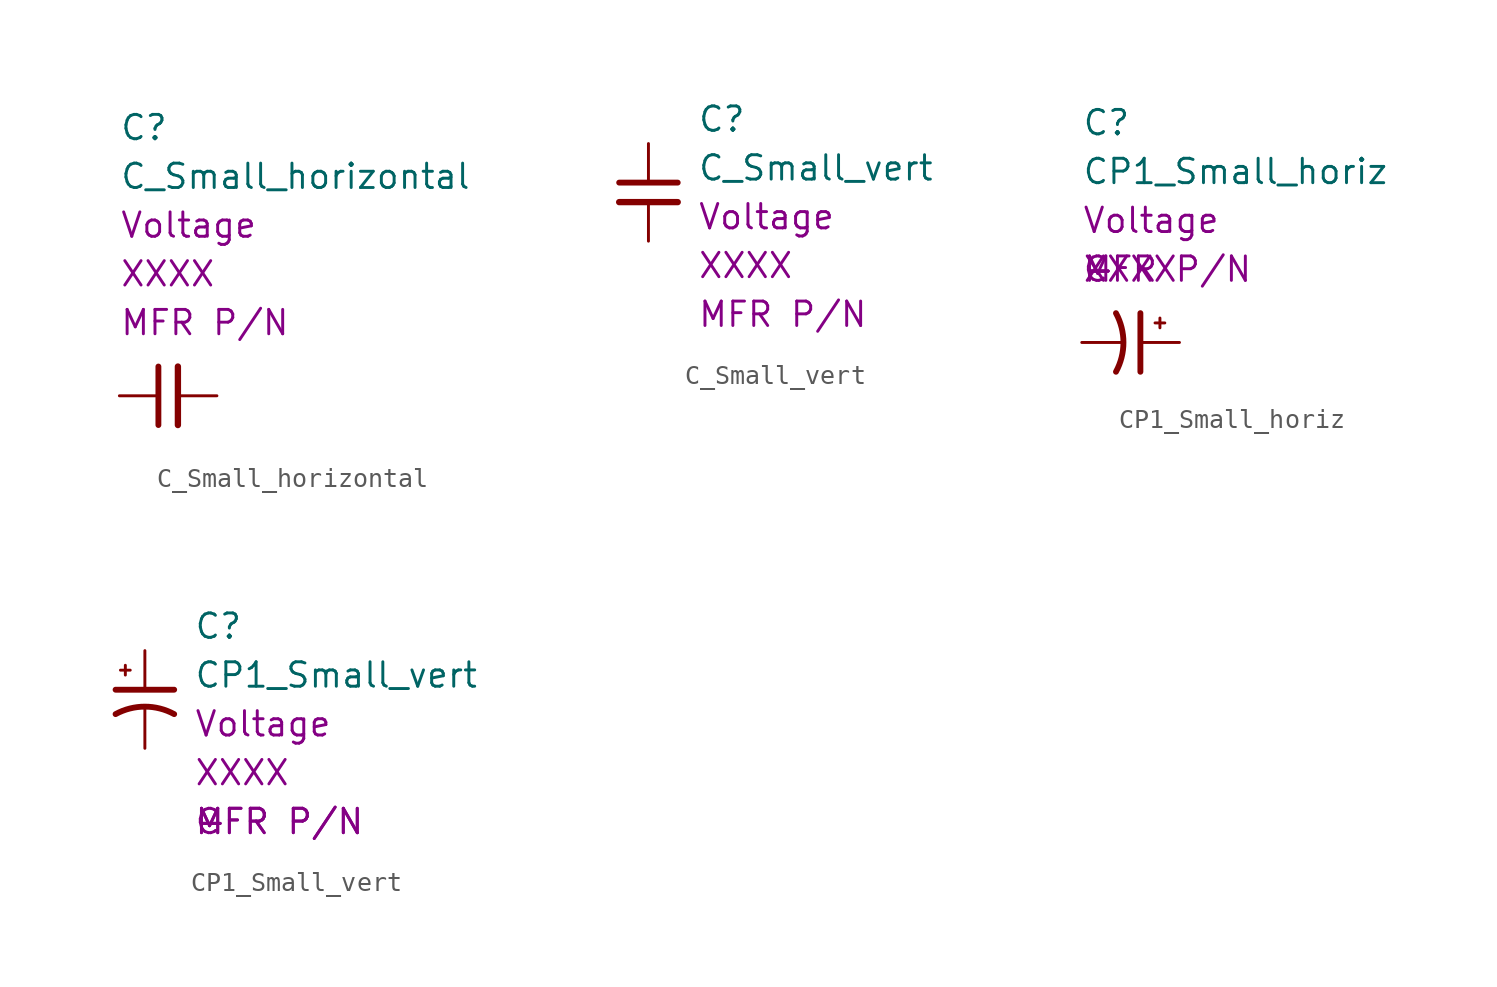
<source format=kicad_sym>
(kicad_symbol_lib
  (version 20211014)
  (generator kicad_symbol_editor)
  (symbol "C_Small_horizontal"
    (pin_numbers hide)
    (pin_names
      (offset 0.254) hide)
    (property "Reference" "C"
      (at -5.08 12.7 0)
      (effects (font (size 1.27 1.27)) (justify left)))
    (property "Value" "C_Small_horizontal"
      (at -5.08 10.16 0)
      (effects (font (size 1.27 1.27)) (justify left)))
    (property "Package Size" "XXXX"
      (at -5.08 5.08 0)
      (effects (font (size 1.27 1.27)) (justify left)))
    (property "Voltage Rating" "Voltage"
      (at -5.08 7.62 0)
      (effects (font (size 1.27 1.27)) (justify left)))
    (property "MPN" "MFR P/N"
      (at -5.08 2.54 0)
      (effects (font (size 1.27 1.27)) (justify left)))
    (symbol "C_Small_horizontal_0_1"
      (polyline (pts (xy -3.048 -2.794) (xy -3.048 0.254)) (stroke (width 0.305) (type default) (color 0 0 0 0)) (fill (type none)))
      (polyline (pts (xy -2.032 -2.794) (xy -2.032 0.254)) (stroke (width 0.33) (type default) (color 0 0 0 0)) (fill (type none))))
    (symbol "C_Small_horizontal_1_1"
      (pin passive line (at -5.08 -1.27 0) (length 2.032) (name "~" (effects (font (size 1.27 1.27)))) (number "1" (effects (font (size 1.27 1.27)))))
      (pin passive line (at 0 -1.27 180) (length 2.032) (name "~" (effects (font (size 1.27 1.27)))) (number "2" (effects (font (size 1.27 1.27)))))))
  (symbol "C_Small_vert"
    (pin_numbers hide)
    (pin_names
      (offset 0.254) hide)
    (property "Reference" "C"
      (at 2.54 2.54 0)
      (effects (font (size 1.27 1.27)) (justify left)))
    (property "Value" "C_Small_vert"
      (at 2.54 0 0)
      (effects (font (size 1.27 1.27)) (justify left)))
    (property "Package Size" "XXXX"
      (at 2.54 -5.08 0)
      (effects (font (size 1.27 1.27)) (justify left)))
    (property "Voltage Rating" "Voltage"
      (at 2.54 -2.54 0)
      (effects (font (size 1.27 1.27)) (justify left)))
    (property "MPN" "MFR P/N"
      (at 2.54 -7.62 0)
      (effects (font (size 1.27 1.27)) (justify left)))
    (symbol "C_Small_vert_0_1"
      (polyline (pts (xy -1.524 -1.778) (xy 1.524 -1.778)) (stroke (width 0.33) (type default) (color 0 0 0 0)) (fill (type none)))
      (polyline (pts (xy -1.524 -0.762) (xy 1.524 -0.762)) (stroke (width 0.305) (type default) (color 0 0 0 0)) (fill (type none))))
    (symbol "C_Small_vert_1_1"
      (pin passive line (at 0 1.27 270) (length 2.032) (name "~" (effects (font (size 1.27 1.27)))) (number "1" (effects (font (size 1.27 1.27)))))
      (pin passive line (at 0 -3.81 90) (length 2.032) (name "~" (effects (font (size 1.27 1.27)))) (number "2" (effects (font (size 1.27 1.27)))))))
  (symbol "CP1_Small_horiz"
    (pin_numbers hide)
    (pin_names
      (offset 0.254) hide)
    (property "Reference" "C"
      (at -2.54 11.43 0)
      (effects (font (size 1.27 1.27)) (justify left)))
    (property "Value" "CP1_Small_horiz"
      (at -2.54 8.89 0)
      (effects (font (size 1.27 1.27)) (justify left)))
    (property "Voltage Rating" "Voltage"
      (at -2.54 6.35 0)
      (effects (font (size 1.27 1.27)) (justify left)))
    (property "Package Size" "XXXX"
      (at -2.54 3.81 0)
      (effects (font (size 1.27 1.27)) (justify left)))
    (property "MPN" "MFR P/N"
      (at -2.54 3.81 0)
      (effects (font (size 1.27 1.27)) (justify left)))
    (property "Digi-Key_PN" "-"
      (at -2.54 3.81 0)
      (effects (font (size 1.27 1.27)) (justify left)))
    (property "Prefix" "C"
      (at -2.54 3.81 0)
      (effects (font (size 1.27 1.27)) (justify left)))
    (property "Website" "-"
      (at -2.54 3.81 0)
      (effects (font (size 1.27 1.27)) (justify left)))
    (property "Description" "-"
      (at -2.54 3.81 0)
      (effects (font (size 1.27 1.27)) (justify left)))
    (property "Manufacturer" "-"
      (at -2.54 3.81 0)
      (effects (font (size 1.27 1.27)) (justify left)))
    (symbol "CP1_Small_horiz_0_1"
      (arc (start -0.762 -1.524) (mid -0.3734 0) (end -0.762 1.524) (stroke (width 0.3048) (type default) (color 0 0 0 0)) (fill (type none)))
      (polyline (pts (xy 0.508 1.524) (xy 0.508 -1.524)) (stroke (width 0.305) (type default) (color 0 0 0 0)) (fill (type none)))
      (polyline (pts (xy 1.27 1.016) (xy 1.778 1.016)) (stroke (width 0) (type default) (color 0 0 0 0)) (fill (type none)))
      (polyline (pts (xy 1.524 1.27) (xy 1.524 0.762)) (stroke (width 0) (type default) (color 0 0 0 0)) (fill (type none))))
    (symbol "CP1_Small_horiz_1_1"
      (pin passive line (at 2.54 0 180) (length 2.032) (name "~" (effects (font (size 1.27 1.27)))) (number "1" (effects (font (size 1.27 1.27)))))
      (pin passive line (at -2.54 0 0) (length 2.032) (name "~" (effects (font (size 1.27 1.27)))) (number "2" (effects (font (size 1.27 1.27)))))))
  (symbol "CP1_Small_vert"
    (pin_numbers hide)
    (pin_names
      (offset 0.254) hide)
    (property "Reference" "C"
      (at 2.54 3.81 0)
      (effects (font (size 1.27 1.27)) (justify left)))
    (property "Value" "CP1_Small_vert"
      (at 2.54 1.27 0)
      (effects (font (size 1.27 1.27)) (justify left)))
    (property "Voltage Rating" "Voltage"
      (at 2.54 -1.27 0)
      (effects (font (size 1.27 1.27)) (justify left)))
    (property "Package Size" "XXXX"
      (at 2.54 -3.81 0)
      (effects (font (size 1.27 1.27)) (justify left)))
    (property "MFR P/N" "MFR P/N"
      (at 2.54 -6.35 0)
      (effects (font (size 1.27 1.27)) (justify left)))
    (property "MPN" "MFR P/N"
      (at 2.54 -6.35 0)
      (effects (font (size 1.27 1.27)) (justify left)))
    (property "Digi-Key_PN" "-"
      (at 2.54 -6.35 0)
      (effects (font (size 1.27 1.27)) (justify left)))
    (property "Prefix" "C"
      (at 2.54 -6.35 0)
      (effects (font (size 1.27 1.27)) (justify left)))
    (property "Website" "-"
      (at 2.54 -6.35 0)
      (effects (font (size 1.27 1.27)) (justify left)))
    (property "Description" "-"
      (at 2.54 -6.35 0)
      (effects (font (size 1.27 1.27)) (justify left)))
    (property "Manufacturer" "-"
      (at 2.54 -6.35 0)
      (effects (font (size 1.27 1.27)) (justify left)))
    (symbol "CP1_Small_vert_0_1"
      (polyline (pts (xy -1.524 0.508) (xy 1.524 0.508)) (stroke (width 0.305) (type default) (color 0 0 0 0)) (fill (type none)))
      (polyline (pts (xy -1.27 1.524) (xy -0.762 1.524)) (stroke (width 0) (type default) (color 0 0 0 0)) (fill (type none)))
      (polyline (pts (xy -1.016 1.27) (xy -1.016 1.778)) (stroke (width 0) (type default) (color 0 0 0 0)) (fill (type none)))
      (arc (start 1.524 -0.762) (mid 0 -0.3734) (end -1.524 -0.762) (stroke (width 0.3048) (type default) (color 0 0 0 0)) (fill (type none))))
    (symbol "CP1_Small_vert_1_1"
      (pin passive line (at 0 2.54 270) (length 2.032) (name "~" (effects (font (size 1.27 1.27)))) (number "1" (effects (font (size 1.27 1.27)))))
      (pin passive line (at 0 -2.54 90) (length 2.032) (name "~" (effects (font (size 1.27 1.27)))) (number "2" (effects (font (size 1.27 1.27))))))))
</source>
